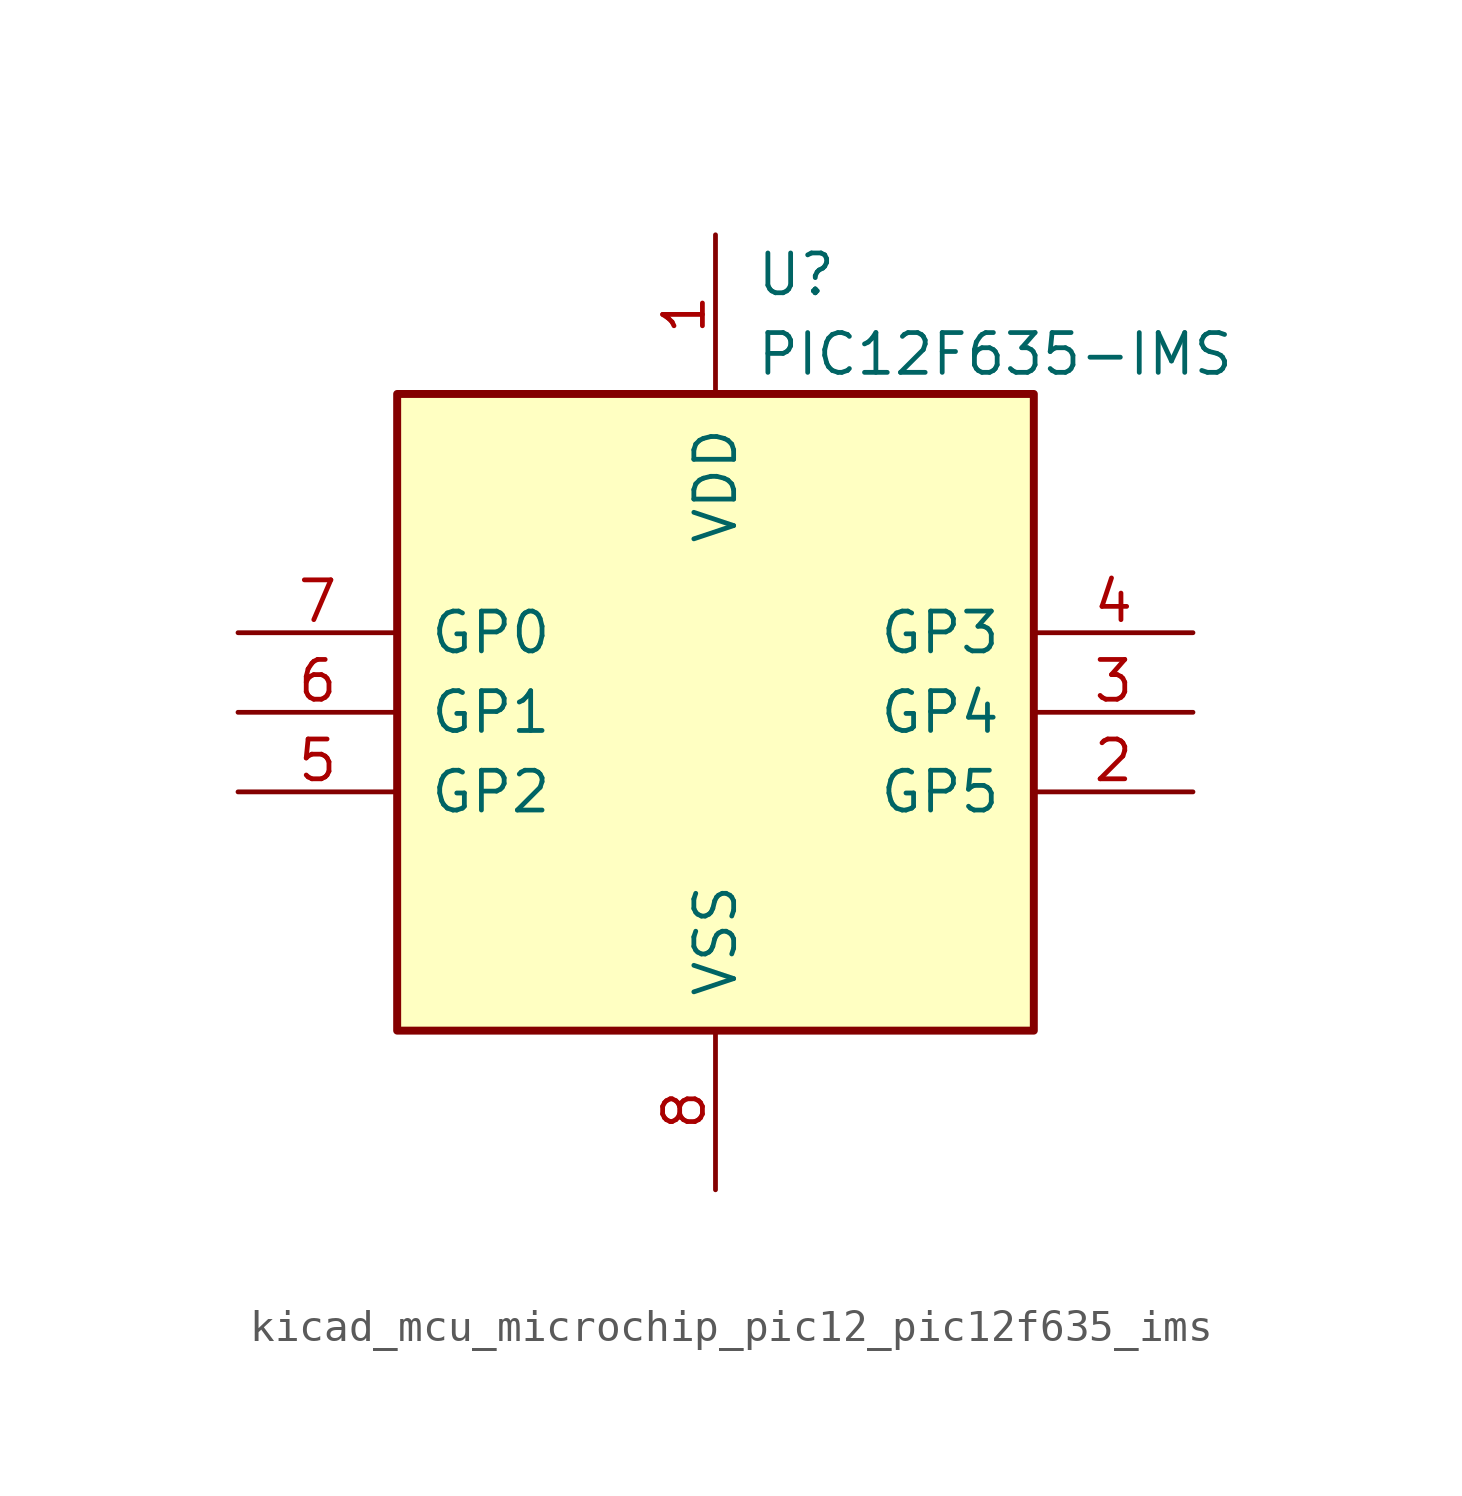
<source format=kicad_sym>
(kicad_symbol_lib
  (version 20220914)
  (generator kicad_symbol_editor)
  (symbol "kicad_mcu_microchip_pic12_pic12f635_ims"
    (pin_names
      (offset 1.016))
    (property "Reference" "U"
      (at 1.27 13.97 0)
      (effects (font (size 1.27 1.27)) (justify left)))
    (property "Value" "PIC12F635-IMS"
      (at 1.27 11.43 0)
      (effects (font (size 1.27 1.27)) (justify left)))
    (symbol "kicad_mcu_microchip_pic12_pic12f635_ims_0_1"
      (rectangle (start 10.16 -10.16) (end -10.16 10.16) (stroke (width 0.254) (type default)) (fill (type background))))
    (symbol "kicad_mcu_microchip_pic12_pic12f635_ims_1_1"
      (pin power_in line (at 0 15.24 270) (length 5.08) (name "VDD" (effects (font (size 1.27 1.27)))) (number "1" (effects (font (size 1.27 1.27)))))
      (pin bidirectional line (at 15.24 -2.54 180) (length 5.08) (name "GP5" (effects (font (size 1.27 1.27)))) (number "2" (effects (font (size 1.27 1.27)))))
      (pin bidirectional line (at 15.24 0 180) (length 5.08) (name "GP4" (effects (font (size 1.27 1.27)))) (number "3" (effects (font (size 1.27 1.27)))))
      (pin input line (at 15.24 2.54 180) (length 5.08) (name "GP3" (effects (font (size 1.27 1.27)))) (number "4" (effects (font (size 1.27 1.27)))))
      (pin bidirectional line (at -15.24 -2.54 0) (length 5.08) (name "GP2" (effects (font (size 1.27 1.27)))) (number "5" (effects (font (size 1.27 1.27)))))
      (pin bidirectional line (at -15.24 0 0) (length 5.08) (name "GP1" (effects (font (size 1.27 1.27)))) (number "6" (effects (font (size 1.27 1.27)))))
      (pin bidirectional line (at -15.24 2.54 0) (length 5.08) (name "GP0" (effects (font (size 1.27 1.27)))) (number "7" (effects (font (size 1.27 1.27)))))
      (pin power_in line (at 0 -15.24 90) (length 5.08) (name "VSS" (effects (font (size 1.27 1.27)))) (number "8" (effects (font (size 1.27 1.27))))))))
</source>
